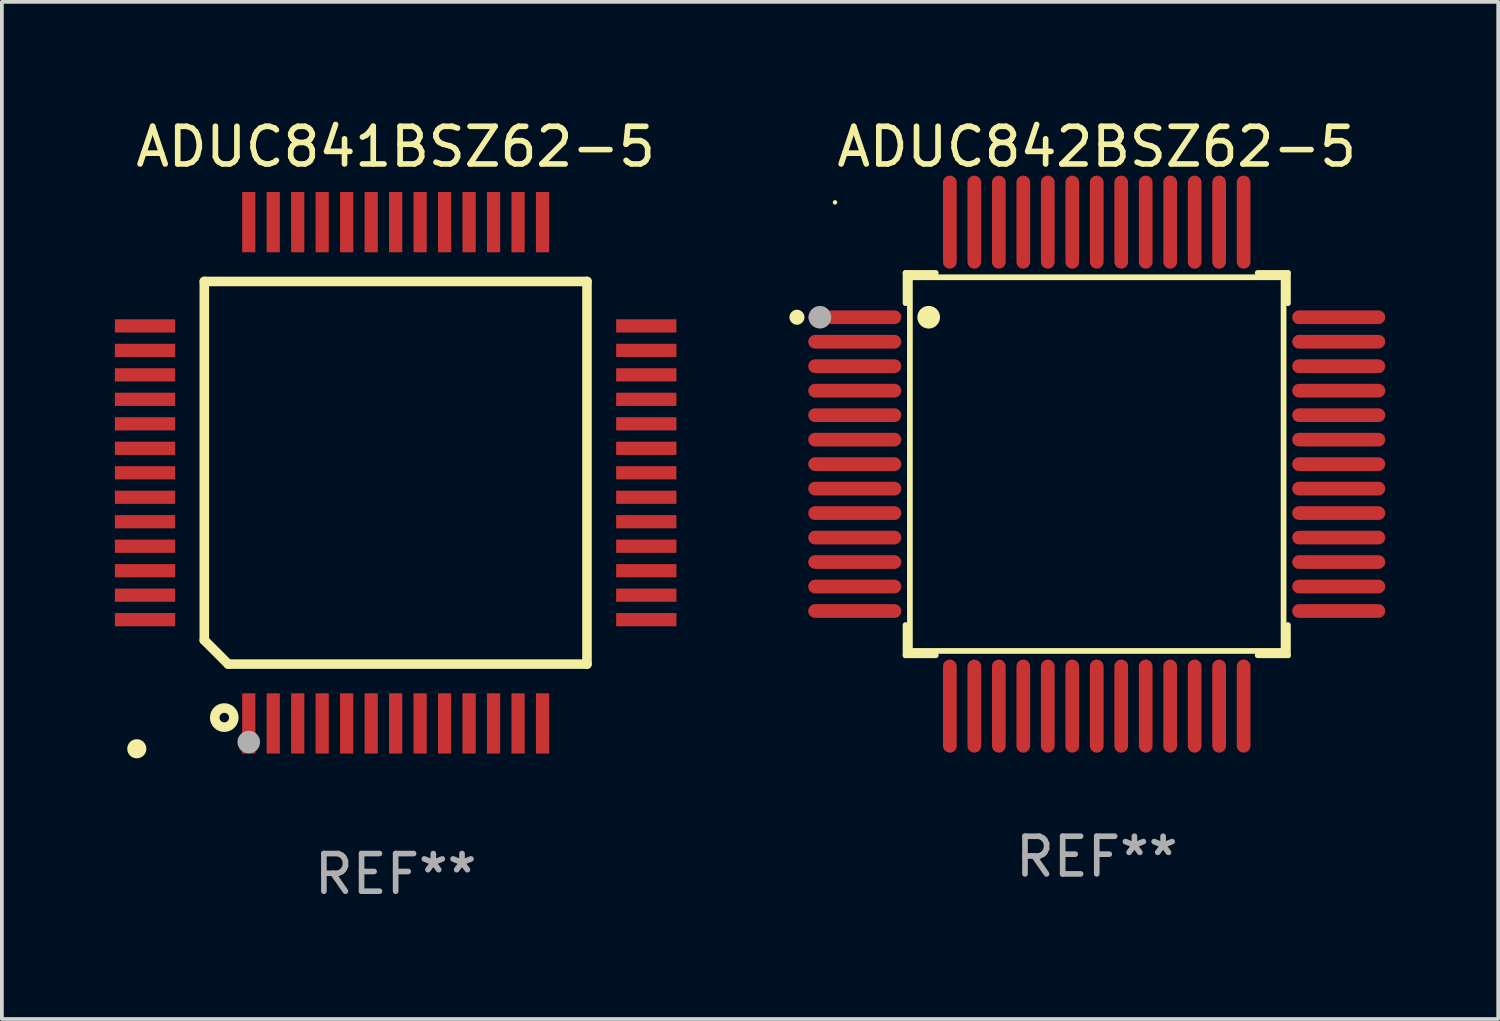
<source format=kicad_pcb>
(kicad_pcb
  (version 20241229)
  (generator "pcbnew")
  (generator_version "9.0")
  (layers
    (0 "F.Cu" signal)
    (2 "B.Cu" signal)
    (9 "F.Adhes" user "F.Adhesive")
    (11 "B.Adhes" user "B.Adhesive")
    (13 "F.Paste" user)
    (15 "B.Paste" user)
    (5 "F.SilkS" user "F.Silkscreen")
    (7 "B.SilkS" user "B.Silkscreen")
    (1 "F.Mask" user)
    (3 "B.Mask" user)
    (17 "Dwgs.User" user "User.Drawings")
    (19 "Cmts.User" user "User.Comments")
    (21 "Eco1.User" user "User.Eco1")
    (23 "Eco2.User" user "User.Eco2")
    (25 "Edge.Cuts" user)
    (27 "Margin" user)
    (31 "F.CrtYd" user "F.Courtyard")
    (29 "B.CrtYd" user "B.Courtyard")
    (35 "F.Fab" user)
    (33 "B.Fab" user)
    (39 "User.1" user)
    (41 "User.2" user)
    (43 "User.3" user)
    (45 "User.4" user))
  (footprint "ADUC842BSZ62-5"
    (layer "F.Cu")
    (at 26.07 9.273)
    (property "Reference" "ADUC842BSZ62-5" (at 0 -8.425 0) (layer "F.SilkS") (effects (font (size 1 1) (thickness 0.15))))
    (attr through_hole)
    (fp_line (start -5.076 -5.076) (end -5.076 -4.273) (stroke (width 0.152) (type solid)) (layer "F.SilkS"))
    (fp_line (start -5.076 5.076) (end -5.076 4.273) (stroke (width 0.152) (type solid)) (layer "F.SilkS"))
    (fp_line (start -4.961 -4.961) (end 4.961 -4.961) (stroke (width 0.152) (type solid)) (layer "F.SilkS"))
    (fp_line (start -4.961 4.961) (end -4.961 -4.961) (stroke (width 0.152) (type solid)) (layer "F.SilkS"))
    (fp_line (start -4.273 -5.076) (end -5.076 -5.076) (stroke (width 0.152) (type solid)) (layer "F.SilkS"))
    (fp_line (start -4.273 5.076) (end -5.076 5.076) (stroke (width 0.152) (type solid)) (layer "F.SilkS"))
    (fp_line (start 4.273 -5.076) (end 5.076 -5.076) (stroke (width 0.152) (type solid)) (layer "F.SilkS"))
    (fp_line (start 4.273 5.076) (end 5.076 5.076) (stroke (width 0.152) (type solid)) (layer "F.SilkS"))
    (fp_line (start 4.961 -4.961) (end 4.961 4.961) (stroke (width 0.152) (type solid)) (layer "F.SilkS"))
    (fp_line (start 4.961 4.961) (end -4.961 4.961) (stroke (width 0.152) (type solid)) (layer "F.SilkS"))
    (fp_line (start 5.076 -5.076) (end 5.076 -4.273) (stroke (width 0.152) (type solid)) (layer "F.SilkS"))
    (fp_line (start 5.076 5.076) (end 5.076 4.273) (stroke (width 0.152) (type solid)) (layer "F.SilkS"))
    (fp_circle (center -7.96 -3.9) (end -7.86 -3.9) (stroke (width 0.2) (type solid)) (fill no) (layer "F.SilkS"))
    (fp_circle (center -6.95 -6.95) (end -6.92 -6.95) (stroke (width 0.06) (type solid)) (fill no) (layer "F.SilkS"))
    (fp_circle (center -4.462 -3.9) (end -4.311 -3.9) (stroke (width 0.3) (type solid)) (fill no) (layer "F.SilkS"))
    (fp_circle (center -7.35 -3.9) (end -7.2 -3.9) (stroke (width 0.3) (type solid)) (fill no) (layer "F.Fab"))
    (fp_text user "REF**" (at 0 10.425 0) (layer "F.Fab") (effects (font (size 1 1) (thickness 0.15))))
    (pad "1" smd oval (at -6.425 -3.9 270) (size 0.364 2.47) (layers "F.Cu" "F.Mask" "F.Paste"))
    (pad "2" smd oval (at -6.425 -3.25 270) (size 0.364 2.47) (layers "F.Cu" "F.Mask" "F.Paste"))
    (pad "3" smd oval (at -6.425 -2.6 270) (size 0.364 2.47) (layers "F.Cu" "F.Mask" "F.Paste"))
    (pad "4" smd oval (at -6.425 -1.95 270) (size 0.364 2.47) (layers "F.Cu" "F.Mask" "F.Paste"))
    (pad "5" smd oval (at -6.425 -1.3 270) (size 0.364 2.47) (layers "F.Cu" "F.Mask" "F.Paste"))
    (pad "6" smd oval (at -6.425 -0.65 270) (size 0.364 2.47) (layers "F.Cu" "F.Mask" "F.Paste"))
    (pad "7" smd oval (at -6.425 0 270) (size 0.364 2.47) (layers "F.Cu" "F.Mask" "F.Paste"))
    (pad "8" smd oval (at -6.425 0.65 270) (size 0.364 2.47) (layers "F.Cu" "F.Mask" "F.Paste"))
    (pad "9" smd oval (at -6.425 1.3 270) (size 0.364 2.47) (layers "F.Cu" "F.Mask" "F.Paste"))
    (pad "10" smd oval (at -6.425 1.95 270) (size 0.364 2.47) (layers "F.Cu" "F.Mask" "F.Paste"))
    (pad "11" smd oval (at -6.425 2.6 270) (size 0.364 2.47) (layers "F.Cu" "F.Mask" "F.Paste"))
    (pad "12" smd oval (at -6.425 3.25 270) (size 0.364 2.47) (layers "F.Cu" "F.Mask" "F.Paste"))
    (pad "13" smd oval (at -6.425 3.9 270) (size 0.364 2.47) (layers "F.Cu" "F.Mask" "F.Paste"))
    (pad "14" smd oval (at -3.9 6.425 270) (size 2.47 0.364) (layers "F.Cu" "F.Mask" "F.Paste"))
    (pad "15" smd oval (at -3.25 6.425 270) (size 2.47 0.364) (layers "F.Cu" "F.Mask" "F.Paste"))
    (pad "16" smd oval (at -2.6 6.425 270) (size 2.47 0.364) (layers "F.Cu" "F.Mask" "F.Paste"))
    (pad "17" smd oval (at -1.95 6.425 270) (size 2.47 0.364) (layers "F.Cu" "F.Mask" "F.Paste"))
    (pad "18" smd oval (at -1.3 6.425 270) (size 2.47 0.364) (layers "F.Cu" "F.Mask" "F.Paste"))
    (pad "19" smd oval (at -0.65 6.425 270) (size 2.47 0.364) (layers "F.Cu" "F.Mask" "F.Paste"))
    (pad "20" smd oval (at 0 6.425 270) (size 2.47 0.364) (layers "F.Cu" "F.Mask" "F.Paste"))
    (pad "21" smd oval (at 0.65 6.425 270) (size 2.47 0.364) (layers "F.Cu" "F.Mask" "F.Paste"))
    (pad "22" smd oval (at 1.3 6.425 270) (size 2.47 0.364) (layers "F.Cu" "F.Mask" "F.Paste"))
    (pad "23" smd oval (at 1.95 6.425 270) (size 2.47 0.364) (layers "F.Cu" "F.Mask" "F.Paste"))
    (pad "24" smd oval (at 2.6 6.425 270) (size 2.47 0.364) (layers "F.Cu" "F.Mask" "F.Paste"))
    (pad "25" smd oval (at 3.25 6.425 270) (size 2.47 0.364) (layers "F.Cu" "F.Mask" "F.Paste"))
    (pad "26" smd oval (at 3.9 6.425 270) (size 2.47 0.364) (layers "F.Cu" "F.Mask" "F.Paste"))
    (pad "27" smd oval (at 6.425 3.9 270) (size 0.364 2.47) (layers "F.Cu" "F.Mask" "F.Paste"))
    (pad "28" smd oval (at 6.425 3.25 270) (size 0.364 2.47) (layers "F.Cu" "F.Mask" "F.Paste"))
    (pad "29" smd oval (at 6.425 2.6 270) (size 0.364 2.47) (layers "F.Cu" "F.Mask" "F.Paste"))
    (pad "30" smd oval (at 6.425 1.95 270) (size 0.364 2.47) (layers "F.Cu" "F.Mask" "F.Paste"))
    (pad "31" smd oval (at 6.425 1.3 270) (size 0.364 2.47) (layers "F.Cu" "F.Mask" "F.Paste"))
    (pad "32" smd oval (at 6.425 0.65 270) (size 0.364 2.47) (layers "F.Cu" "F.Mask" "F.Paste"))
    (pad "33" smd oval (at 6.425 0 270) (size 0.364 2.47) (layers "F.Cu" "F.Mask" "F.Paste"))
    (pad "34" smd oval (at 6.425 -0.65 270) (size 0.364 2.47) (layers "F.Cu" "F.Mask" "F.Paste"))
    (pad "35" smd oval (at 6.425 -1.3 270) (size 0.364 2.47) (layers "F.Cu" "F.Mask" "F.Paste"))
    (pad "36" smd oval (at 6.425 -1.95 270) (size 0.364 2.47) (layers "F.Cu" "F.Mask" "F.Paste"))
    (pad "37" smd oval (at 6.425 -2.6 270) (size 0.364 2.47) (layers "F.Cu" "F.Mask" "F.Paste"))
    (pad "38" smd oval (at 6.425 -3.25 270) (size 0.364 2.47) (layers "F.Cu" "F.Mask" "F.Paste"))
    (pad "39" smd oval (at 6.425 -3.9 270) (size 0.364 2.47) (layers "F.Cu" "F.Mask" "F.Paste"))
    (pad "40" smd oval (at 3.9 -6.425 270) (size 2.47 0.364) (layers "F.Cu" "F.Mask" "F.Paste"))
    (pad "41" smd oval (at 3.25 -6.425 270) (size 2.47 0.364) (layers "F.Cu" "F.Mask" "F.Paste"))
    (pad "42" smd oval (at 2.6 -6.425 270) (size 2.47 0.364) (layers "F.Cu" "F.Mask" "F.Paste"))
    (pad "43" smd oval (at 1.95 -6.425 270) (size 2.47 0.364) (layers "F.Cu" "F.Mask" "F.Paste"))
    (pad "44" smd oval (at 1.3 -6.425 270) (size 2.47 0.364) (layers "F.Cu" "F.Mask" "F.Paste"))
    (pad "45" smd oval (at 0.65 -6.425 270) (size 2.47 0.364) (layers "F.Cu" "F.Mask" "F.Paste"))
    (pad "46" smd oval (at 0 -6.425 270) (size 2.47 0.364) (layers "F.Cu" "F.Mask" "F.Paste"))
    (pad "47" smd oval (at -0.65 -6.425 270) (size 2.47 0.364) (layers "F.Cu" "F.Mask" "F.Paste"))
    (pad "48" smd oval (at -1.3 -6.425 270) (size 2.47 0.364) (layers "F.Cu" "F.Mask" "F.Paste"))
    (pad "49" smd oval (at -1.95 -6.425 270) (size 2.47 0.364) (layers "F.Cu" "F.Mask" "F.Paste"))
    (pad "50" smd oval (at -2.6 -6.425 270) (size 2.47 0.364) (layers "F.Cu" "F.Mask" "F.Paste"))
    (pad "51" smd oval (at -3.25 -6.425 270) (size 2.47 0.364) (layers "F.Cu" "F.Mask" "F.Paste"))
    (pad "52" smd oval (at -3.9 -6.425 270) (size 2.47 0.364) (layers "F.Cu" "F.Mask" "F.Paste")))
  (footprint "ADUC841BSZ62-5"
    (layer "F.Cu")
    (at 7.455 9.503)
    (property "Reference" "ADUC841BSZ62-5" (at 0 -8.655 0) (layer "F.SilkS") (effects (font (size 1 1) (thickness 0.15))))
    (attr through_hole)
    (fp_line (start -5.08 -5.08) (end 5.08 -5.08) (stroke (width 0.254) (type solid)) (layer "F.SilkS"))
    (fp_line (start -5.08 4.445) (end -5.08 -5.08) (stroke (width 0.254) (type solid)) (layer "F.SilkS"))
    (fp_line (start -4.445 5.08) (end -5.08 4.445) (stroke (width 0.254) (type solid)) (layer "F.SilkS"))
    (fp_line (start 5.08 -5.08) (end 5.08 5.08) (stroke (width 0.254) (type solid)) (layer "F.SilkS"))
    (fp_line (start 5.08 5.08) (end -4.445 5.08) (stroke (width 0.254) (type solid)) (layer "F.SilkS"))
    (fp_circle (center -6.873 7.328) (end -6.746 7.328) (stroke (width 0.254) (type solid)) (fill no) (layer "F.SilkS"))
    (fp_circle (center -4.55 6.5) (end -4.296 6.5) (stroke (width 0.254) (type solid)) (fill no) (layer "F.SilkS"))
    (fp_circle (center -3.9 7.15) (end -3.75 7.15) (stroke (width 0.3) (type solid)) (fill no) (layer "F.Fab"))
    (fp_text user "REF**" (at 0 10.655 0) (layer "F.Fab") (effects (font (size 1 1) (thickness 0.15))))
    (pad "1" smd rect (at -3.9 6.655 90) (size 1.6 0.351) (layers "F.Cu" "F.Mask" "F.Paste"))
    (pad "2" smd rect (at -3.25 6.655 90) (size 1.6 0.351) (layers "F.Cu" "F.Mask" "F.Paste"))
    (pad "3" smd rect (at -2.6 6.655 90) (size 1.6 0.351) (layers "F.Cu" "F.Mask" "F.Paste"))
    (pad "4" smd rect (at -1.95 6.655 90) (size 1.6 0.351) (layers "F.Cu" "F.Mask" "F.Paste"))
    (pad "5" smd rect (at -1.3 6.655 90) (size 1.6 0.351) (layers "F.Cu" "F.Mask" "F.Paste"))
    (pad "6" smd rect (at -0.65 6.655 90) (size 1.6 0.351) (layers "F.Cu" "F.Mask" "F.Paste"))
    (pad "7" smd rect (at 0 6.655 90) (size 1.6 0.351) (layers "F.Cu" "F.Mask" "F.Paste"))
    (pad "8" smd rect (at 0.65 6.655 90) (size 1.6 0.351) (layers "F.Cu" "F.Mask" "F.Paste"))
    (pad "9" smd rect (at 1.3 6.655 90) (size 1.6 0.351) (layers "F.Cu" "F.Mask" "F.Paste"))
    (pad "10" smd rect (at 1.95 6.655 90) (size 1.6 0.351) (layers "F.Cu" "F.Mask" "F.Paste"))
    (pad "11" smd rect (at 2.6 6.655 90) (size 1.6 0.351) (layers "F.Cu" "F.Mask" "F.Paste"))
    (pad "12" smd rect (at 3.25 6.655 90) (size 1.6 0.351) (layers "F.Cu" "F.Mask" "F.Paste"))
    (pad "13" smd rect (at 3.9 6.655 90) (size 1.6 0.351) (layers "F.Cu" "F.Mask" "F.Paste"))
    (pad "14" smd rect (at 6.655 3.9 180) (size 1.6 0.351) (layers "F.Cu" "F.Mask" "F.Paste"))
    (pad "15" smd rect (at 6.655 3.25 180) (size 1.6 0.351) (layers "F.Cu" "F.Mask" "F.Paste"))
    (pad "16" smd rect (at 6.655 2.6 180) (size 1.6 0.351) (layers "F.Cu" "F.Mask" "F.Paste"))
    (pad "17" smd rect (at 6.655 1.95 180) (size 1.6 0.351) (layers "F.Cu" "F.Mask" "F.Paste"))
    (pad "18" smd rect (at 6.655 1.3 180) (size 1.6 0.351) (layers "F.Cu" "F.Mask" "F.Paste"))
    (pad "19" smd rect (at 6.655 0.65 180) (size 1.6 0.351) (layers "F.Cu" "F.Mask" "F.Paste"))
    (pad "20" smd rect (at 6.655 0 180) (size 1.6 0.351) (layers "F.Cu" "F.Mask" "F.Paste"))
    (pad "21" smd rect (at 6.655 -0.65 180) (size 1.6 0.351) (layers "F.Cu" "F.Mask" "F.Paste"))
    (pad "22" smd rect (at 6.655 -1.3 180) (size 1.6 0.351) (layers "F.Cu" "F.Mask" "F.Paste"))
    (pad "23" smd rect (at 6.655 -1.95 180) (size 1.6 0.351) (layers "F.Cu" "F.Mask" "F.Paste"))
    (pad "24" smd rect (at 6.655 -2.6 180) (size 1.6 0.351) (layers "F.Cu" "F.Mask" "F.Paste"))
    (pad "25" smd rect (at 6.655 -3.25 180) (size 1.6 0.351) (layers "F.Cu" "F.Mask" "F.Paste"))
    (pad "26" smd rect (at 6.655 -3.9 180) (size 1.6 0.351) (layers "F.Cu" "F.Mask" "F.Paste"))
    (pad "27" smd rect (at 3.9 -6.655 270) (size 1.6 0.351) (layers "F.Cu" "F.Mask" "F.Paste"))
    (pad "28" smd rect (at 3.25 -6.655 270) (size 1.6 0.351) (layers "F.Cu" "F.Mask" "F.Paste"))
    (pad "29" smd rect (at 2.6 -6.655 270) (size 1.6 0.351) (layers "F.Cu" "F.Mask" "F.Paste"))
    (pad "30" smd rect (at 1.95 -6.655 270) (size 1.6 0.351) (layers "F.Cu" "F.Mask" "F.Paste"))
    (pad "31" smd rect (at 1.3 -6.655 270) (size 1.6 0.351) (layers "F.Cu" "F.Mask" "F.Paste"))
    (pad "32" smd rect (at 0.65 -6.655 270) (size 1.6 0.351) (layers "F.Cu" "F.Mask" "F.Paste"))
    (pad "33" smd rect (at 0 -6.655 270) (size 1.6 0.351) (layers "F.Cu" "F.Mask" "F.Paste"))
    (pad "34" smd rect (at -0.65 -6.655 270) (size 1.6 0.351) (layers "F.Cu" "F.Mask" "F.Paste"))
    (pad "35" smd rect (at -1.3 -6.655 270) (size 1.6 0.351) (layers "F.Cu" "F.Mask" "F.Paste"))
    (pad "36" smd rect (at -1.95 -6.655 270) (size 1.6 0.351) (layers "F.Cu" "F.Mask" "F.Paste"))
    (pad "37" smd rect (at -2.6 -6.655 270) (size 1.6 0.351) (layers "F.Cu" "F.Mask" "F.Paste"))
    (pad "38" smd rect (at -3.25 -6.655 270) (size 1.6 0.351) (layers "F.Cu" "F.Mask" "F.Paste"))
    (pad "39" smd rect (at -3.9 -6.655 270) (size 1.6 0.351) (layers "F.Cu" "F.Mask" "F.Paste"))
    (pad "40" smd rect (at -6.655 -3.9) (size 1.6 0.351) (layers "F.Cu" "F.Mask" "F.Paste"))
    (pad "41" smd rect (at -6.655 -3.25) (size 1.6 0.351) (layers "F.Cu" "F.Mask" "F.Paste"))
    (pad "42" smd rect (at -6.655 -2.6) (size 1.6 0.351) (layers "F.Cu" "F.Mask" "F.Paste"))
    (pad "43" smd rect (at -6.655 -1.95) (size 1.6 0.351) (layers "F.Cu" "F.Mask" "F.Paste"))
    (pad "44" smd rect (at -6.655 -1.3) (size 1.6 0.351) (layers "F.Cu" "F.Mask" "F.Paste"))
    (pad "45" smd rect (at -6.655 -0.65) (size 1.6 0.351) (layers "F.Cu" "F.Mask" "F.Paste"))
    (pad "46" smd rect (at -6.655 0) (size 1.6 0.351) (layers "F.Cu" "F.Mask" "F.Paste"))
    (pad "47" smd rect (at -6.655 0.65) (size 1.6 0.351) (layers "F.Cu" "F.Mask" "F.Paste"))
    (pad "48" smd rect (at -6.655 1.3) (size 1.6 0.351) (layers "F.Cu" "F.Mask" "F.Paste"))
    (pad "49" smd rect (at -6.655 1.95) (size 1.6 0.351) (layers "F.Cu" "F.Mask" "F.Paste"))
    (pad "50" smd rect (at -6.655 2.6) (size 1.6 0.351) (layers "F.Cu" "F.Mask" "F.Paste"))
    (pad "51" smd rect (at -6.655 3.25) (size 1.6 0.351) (layers "F.Cu" "F.Mask" "F.Paste"))
    (pad "52" smd rect (at -6.655 3.9) (size 1.6 0.351) (layers "F.Cu" "F.Mask" "F.Paste")))
  (gr_rect
    (start -3 -3)
    (end 36.73 24.006)
    (stroke (width 0.1) (type default))
    (fill no)
    (layer "Edge.Cuts")))
</source>
